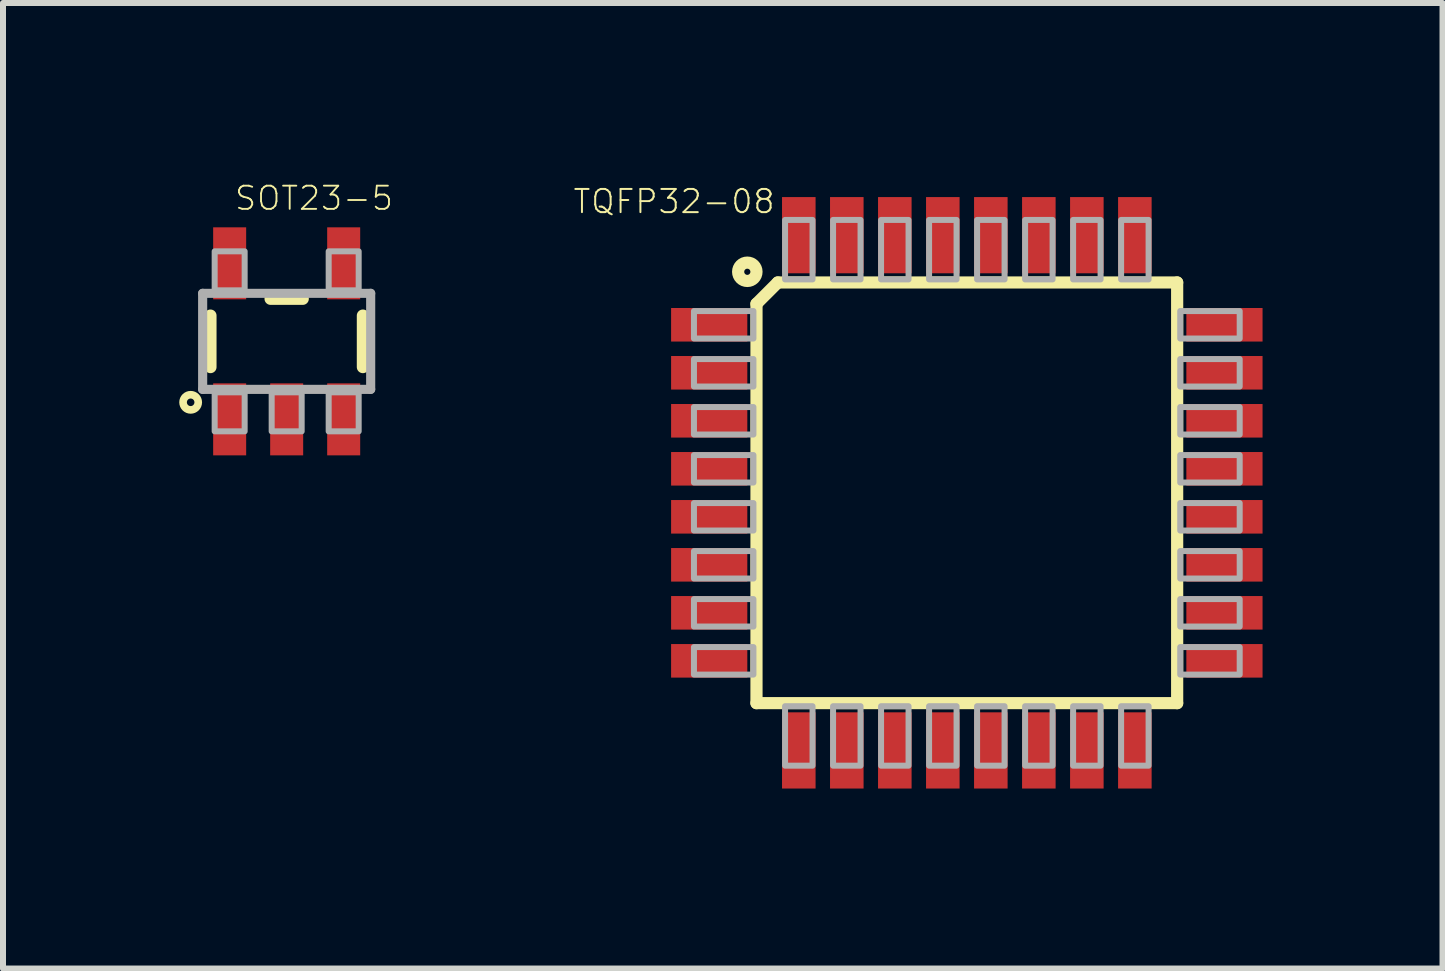
<source format=kicad_pcb>
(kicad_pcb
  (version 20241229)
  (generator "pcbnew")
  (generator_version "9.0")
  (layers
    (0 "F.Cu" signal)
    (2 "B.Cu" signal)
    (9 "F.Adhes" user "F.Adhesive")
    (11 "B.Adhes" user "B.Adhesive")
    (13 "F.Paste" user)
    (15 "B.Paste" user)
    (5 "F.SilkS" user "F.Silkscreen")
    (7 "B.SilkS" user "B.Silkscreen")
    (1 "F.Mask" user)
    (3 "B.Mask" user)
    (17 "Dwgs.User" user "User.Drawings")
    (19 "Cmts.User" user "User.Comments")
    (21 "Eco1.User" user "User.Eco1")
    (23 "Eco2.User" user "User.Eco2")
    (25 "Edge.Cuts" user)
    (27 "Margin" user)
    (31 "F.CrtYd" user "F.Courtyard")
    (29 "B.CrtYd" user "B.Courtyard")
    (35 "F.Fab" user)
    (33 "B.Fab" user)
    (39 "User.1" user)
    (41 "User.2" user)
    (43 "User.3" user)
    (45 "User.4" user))
  (footprint "TQFP32-08"
    (layer "F.Cu")
    (at 13.061 5.162)
    (property "Reference" "TQFP32-08" (at -3.175 -5.08 0) (layer "F.SilkS") (effects (font (size 0.386 0.386) (thickness 0.033)) (justify right top)))
    (attr through_hole)
    (fp_line (start -3.505 3.505) (end -3.505 -3.15) (stroke (width 0.203) (type solid)) (layer "F.SilkS"))
    (fp_line (start -3.15 -3.505) (end -3.505 -3.15) (stroke (width 0.203) (type solid)) (layer "F.SilkS"))
    (fp_line (start -3.15 -3.505) (end 3.505 -3.505) (stroke (width 0.203) (type solid)) (layer "F.SilkS"))
    (fp_line (start 3.505 -3.505) (end 3.505 3.505) (stroke (width 0.203) (type solid)) (layer "F.SilkS"))
    (fp_line (start 3.505 3.505) (end -3.505 3.505) (stroke (width 0.203) (type solid)) (layer "F.SilkS"))
    (fp_circle (center -3.658 -3.683) (end -3.505 -3.683) (stroke (width 0.203) (type solid)) (fill no) (layer "F.SilkS"))
    (fp_poly (pts (xy -4.547 -2.571) (xy -3.556 -2.571) (xy -3.556 -3.029) (xy -4.547 -3.029)) (stroke (width 0.1) (type solid)) (fill no) (layer "F.Fab"))
    (fp_poly (pts (xy -4.547 -1.771) (xy -3.556 -1.771) (xy -3.556 -2.229) (xy -4.547 -2.229)) (stroke (width 0.1) (type solid)) (fill no) (layer "F.Fab"))
    (fp_poly (pts (xy -4.547 -0.971) (xy -3.556 -0.971) (xy -3.556 -1.429) (xy -4.547 -1.429)) (stroke (width 0.1) (type solid)) (fill no) (layer "F.Fab"))
    (fp_poly (pts (xy -4.547 -0.171) (xy -3.556 -0.171) (xy -3.556 -0.629) (xy -4.547 -0.629)) (stroke (width 0.1) (type solid)) (fill no) (layer "F.Fab"))
    (fp_poly (pts (xy -4.547 0.629) (xy -3.556 0.629) (xy -3.556 0.171) (xy -4.547 0.171)) (stroke (width 0.1) (type solid)) (fill no) (layer "F.Fab"))
    (fp_poly (pts (xy -4.547 1.429) (xy -3.556 1.429) (xy -3.556 0.971) (xy -4.547 0.971)) (stroke (width 0.1) (type solid)) (fill no) (layer "F.Fab"))
    (fp_poly (pts (xy -4.547 2.229) (xy -3.556 2.229) (xy -3.556 1.771) (xy -4.547 1.771)) (stroke (width 0.1) (type solid)) (fill no) (layer "F.Fab"))
    (fp_poly (pts (xy -4.547 3.029) (xy -3.556 3.029) (xy -3.556 2.571) (xy -4.547 2.571)) (stroke (width 0.1) (type solid)) (fill no) (layer "F.Fab"))
    (fp_poly (pts (xy -3.029 -3.556) (xy -2.571 -3.556) (xy -2.571 -4.547) (xy -3.029 -4.547)) (stroke (width 0.1) (type solid)) (fill no) (layer "F.Fab"))
    (fp_poly (pts (xy -3.029 4.547) (xy -2.571 4.547) (xy -2.571 3.556) (xy -3.029 3.556)) (stroke (width 0.1) (type solid)) (fill no) (layer "F.Fab"))
    (fp_poly (pts (xy -2.229 -3.556) (xy -1.771 -3.556) (xy -1.771 -4.547) (xy -2.229 -4.547)) (stroke (width 0.1) (type solid)) (fill no) (layer "F.Fab"))
    (fp_poly (pts (xy -2.229 4.547) (xy -1.771 4.547) (xy -1.771 3.556) (xy -2.229 3.556)) (stroke (width 0.1) (type solid)) (fill no) (layer "F.Fab"))
    (fp_poly (pts (xy -1.429 -3.556) (xy -0.971 -3.556) (xy -0.971 -4.547) (xy -1.429 -4.547)) (stroke (width 0.1) (type solid)) (fill no) (layer "F.Fab"))
    (fp_poly (pts (xy -1.429 4.547) (xy -0.971 4.547) (xy -0.971 3.556) (xy -1.429 3.556)) (stroke (width 0.1) (type solid)) (fill no) (layer "F.Fab"))
    (fp_poly (pts (xy -0.629 -3.556) (xy -0.171 -3.556) (xy -0.171 -4.547) (xy -0.629 -4.547)) (stroke (width 0.1) (type solid)) (fill no) (layer "F.Fab"))
    (fp_poly (pts (xy -0.629 4.547) (xy -0.171 4.547) (xy -0.171 3.556) (xy -0.629 3.556)) (stroke (width 0.1) (type solid)) (fill no) (layer "F.Fab"))
    (fp_poly (pts (xy 0.171 -3.556) (xy 0.629 -3.556) (xy 0.629 -4.547) (xy 0.171 -4.547)) (stroke (width 0.1) (type solid)) (fill no) (layer "F.Fab"))
    (fp_poly (pts (xy 0.171 4.547) (xy 0.629 4.547) (xy 0.629 3.556) (xy 0.171 3.556)) (stroke (width 0.1) (type solid)) (fill no) (layer "F.Fab"))
    (fp_poly (pts (xy 0.971 -3.556) (xy 1.429 -3.556) (xy 1.429 -4.547) (xy 0.971 -4.547)) (stroke (width 0.1) (type solid)) (fill no) (layer "F.Fab"))
    (fp_poly (pts (xy 0.971 4.547) (xy 1.429 4.547) (xy 1.429 3.556) (xy 0.971 3.556)) (stroke (width 0.1) (type solid)) (fill no) (layer "F.Fab"))
    (fp_poly (pts (xy 1.771 -3.556) (xy 2.229 -3.556) (xy 2.229 -4.547) (xy 1.771 -4.547)) (stroke (width 0.1) (type solid)) (fill no) (layer "F.Fab"))
    (fp_poly (pts (xy 1.771 4.547) (xy 2.229 4.547) (xy 2.229 3.556) (xy 1.771 3.556)) (stroke (width 0.1) (type solid)) (fill no) (layer "F.Fab"))
    (fp_poly (pts (xy 2.571 -3.556) (xy 3.029 -3.556) (xy 3.029 -4.547) (xy 2.571 -4.547)) (stroke (width 0.1) (type solid)) (fill no) (layer "F.Fab"))
    (fp_poly (pts (xy 2.571 4.547) (xy 3.029 4.547) (xy 3.029 3.556) (xy 2.571 3.556)) (stroke (width 0.1) (type solid)) (fill no) (layer "F.Fab"))
    (fp_poly (pts (xy 3.556 -2.571) (xy 4.547 -2.571) (xy 4.547 -3.029) (xy 3.556 -3.029)) (stroke (width 0.1) (type solid)) (fill no) (layer "F.Fab"))
    (fp_poly (pts (xy 3.556 -1.771) (xy 4.547 -1.771) (xy 4.547 -2.229) (xy 3.556 -2.229)) (stroke (width 0.1) (type solid)) (fill no) (layer "F.Fab"))
    (fp_poly (pts (xy 3.556 -0.971) (xy 4.547 -0.971) (xy 4.547 -1.429) (xy 3.556 -1.429)) (stroke (width 0.1) (type solid)) (fill no) (layer "F.Fab"))
    (fp_poly (pts (xy 3.556 -0.171) (xy 4.547 -0.171) (xy 4.547 -0.629) (xy 3.556 -0.629)) (stroke (width 0.1) (type solid)) (fill no) (layer "F.Fab"))
    (fp_poly (pts (xy 3.556 0.629) (xy 4.547 0.629) (xy 4.547 0.171) (xy 3.556 0.171)) (stroke (width 0.1) (type solid)) (fill no) (layer "F.Fab"))
    (fp_poly (pts (xy 3.556 1.429) (xy 4.547 1.429) (xy 4.547 0.971) (xy 3.556 0.971)) (stroke (width 0.1) (type solid)) (fill no) (layer "F.Fab"))
    (fp_poly (pts (xy 3.556 2.229) (xy 4.547 2.229) (xy 4.547 1.771) (xy 3.556 1.771)) (stroke (width 0.1) (type solid)) (fill no) (layer "F.Fab"))
    (fp_poly (pts (xy 3.556 3.029) (xy 4.547 3.029) (xy 4.547 2.571) (xy 3.556 2.571)) (stroke (width 0.1) (type solid)) (fill no) (layer "F.Fab"))
    (pad "1" smd rect (at -4.293 -2.8) (size 1.27 0.559) (layers "F.Cu" "F.Mask" "F.Paste"))
    (pad "2" smd rect (at -4.293 -2) (size 1.27 0.559) (layers "F.Cu" "F.Mask" "F.Paste"))
    (pad "3" smd rect (at -4.293 -1.2) (size 1.27 0.559) (layers "F.Cu" "F.Mask" "F.Paste"))
    (pad "4" smd rect (at -4.293 -0.4) (size 1.27 0.559) (layers "F.Cu" "F.Mask" "F.Paste"))
    (pad "5" smd rect (at -4.293 0.4) (size 1.27 0.559) (layers "F.Cu" "F.Mask" "F.Paste"))
    (pad "6" smd rect (at -4.293 1.2) (size 1.27 0.559) (layers "F.Cu" "F.Mask" "F.Paste"))
    (pad "7" smd rect (at -4.293 2) (size 1.27 0.559) (layers "F.Cu" "F.Mask" "F.Paste"))
    (pad "8" smd rect (at -4.293 2.8) (size 1.27 0.559) (layers "F.Cu" "F.Mask" "F.Paste"))
    (pad "9" smd rect (at -2.8 4.293) (size 0.559 1.27) (layers "F.Cu" "F.Mask" "F.Paste"))
    (pad "10" smd rect (at -2 4.293) (size 0.559 1.27) (layers "F.Cu" "F.Mask" "F.Paste"))
    (pad "11" smd rect (at -1.2 4.293) (size 0.559 1.27) (layers "F.Cu" "F.Mask" "F.Paste"))
    (pad "12" smd rect (at -0.4 4.293) (size 0.559 1.27) (layers "F.Cu" "F.Mask" "F.Paste"))
    (pad "13" smd rect (at 0.4 4.293) (size 0.559 1.27) (layers "F.Cu" "F.Mask" "F.Paste"))
    (pad "14" smd rect (at 1.2 4.293) (size 0.559 1.27) (layers "F.Cu" "F.Mask" "F.Paste"))
    (pad "15" smd rect (at 2 4.293) (size 0.559 1.27) (layers "F.Cu" "F.Mask" "F.Paste"))
    (pad "16" smd rect (at 2.8 4.293) (size 0.559 1.27) (layers "F.Cu" "F.Mask" "F.Paste"))
    (pad "17" smd rect (at 4.293 2.8) (size 1.27 0.559) (layers "F.Cu" "F.Mask" "F.Paste"))
    (pad "18" smd rect (at 4.293 2) (size 1.27 0.559) (layers "F.Cu" "F.Mask" "F.Paste"))
    (pad "19" smd rect (at 4.293 1.2) (size 1.27 0.559) (layers "F.Cu" "F.Mask" "F.Paste"))
    (pad "20" smd rect (at 4.293 0.4) (size 1.27 0.559) (layers "F.Cu" "F.Mask" "F.Paste"))
    (pad "21" smd rect (at 4.293 -0.4) (size 1.27 0.559) (layers "F.Cu" "F.Mask" "F.Paste"))
    (pad "22" smd rect (at 4.293 -1.2) (size 1.27 0.559) (layers "F.Cu" "F.Mask" "F.Paste"))
    (pad "23" smd rect (at 4.293 -2) (size 1.27 0.559) (layers "F.Cu" "F.Mask" "F.Paste"))
    (pad "24" smd rect (at 4.293 -2.8) (size 1.27 0.559) (layers "F.Cu" "F.Mask" "F.Paste"))
    (pad "25" smd rect (at 2.8 -4.293) (size 0.559 1.27) (layers "F.Cu" "F.Mask" "F.Paste"))
    (pad "26" smd rect (at 2 -4.293) (size 0.559 1.27) (layers "F.Cu" "F.Mask" "F.Paste"))
    (pad "27" smd rect (at 1.2 -4.293) (size 0.559 1.27) (layers "F.Cu" "F.Mask" "F.Paste"))
    (pad "28" smd rect (at 0.4 -4.293) (size 0.559 1.27) (layers "F.Cu" "F.Mask" "F.Paste"))
    (pad "29" smd rect (at -0.4 -4.293) (size 0.559 1.27) (layers "F.Cu" "F.Mask" "F.Paste"))
    (pad "30" smd rect (at -1.2 -4.293) (size 0.559 1.27) (layers "F.Cu" "F.Mask" "F.Paste"))
    (pad "31" smd rect (at -2 -4.293) (size 0.559 1.27) (layers "F.Cu" "F.Mask" "F.Paste"))
    (pad "32" smd rect (at -2.8 -4.293) (size 0.559 1.27) (layers "F.Cu" "F.Mask" "F.Paste")))
  (footprint "SOT23-5"
    (layer "F.Cu")
    (at 1.727 2.638)
    (property "Reference" "SOT23-5" (at -0.889 -2.159 180) (layer "F.SilkS") (effects (font (size 0.386 0.386) (thickness 0.031)) (justify left bottom)))
    (attr through_hole)
    (fp_line (start -1.27 0.429) (end -1.27 -0.429) (stroke (width 0.203) (type solid)) (layer "F.SilkS"))
    (fp_line (start -0.268 -0.709) (end 0.268 -0.709) (stroke (width 0.203) (type solid)) (layer "F.SilkS"))
    (fp_line (start 1.27 -0.429) (end 1.27 0.429) (stroke (width 0.203) (type solid)) (layer "F.SilkS"))
    (fp_circle (center -1.6 1.016) (end -1.537 1.016) (stroke (width 0.127) (type solid)) (fill no) (layer "F.SilkS"))
    (fp_line (start -1.4 -0.8) (end -1.4 0.8) (stroke (width 0.152) (type solid)) (layer "F.Fab"))
    (fp_line (start -1.4 -0.8) (end 1.4 -0.8) (stroke (width 0.152) (type solid)) (layer "F.Fab"))
    (fp_line (start 1.4 -0.8) (end 1.4 0.8) (stroke (width 0.152) (type solid)) (layer "F.Fab"))
    (fp_line (start 1.4 0.8) (end -1.4 0.8) (stroke (width 0.152) (type solid)) (layer "F.Fab"))
    (fp_poly (pts (xy -1.2 -0.85) (xy -0.7 -0.85) (xy -0.7 -1.5) (xy -1.2 -1.5)) (stroke (width 0.1) (type solid)) (fill no) (layer "F.Fab"))
    (fp_poly (pts (xy -1.2 1.5) (xy -0.7 1.5) (xy -0.7 0.85) (xy -1.2 0.85)) (stroke (width 0.1) (type solid)) (fill no) (layer "F.Fab"))
    (fp_poly (pts (xy -0.25 1.5) (xy 0.25 1.5) (xy 0.25 0.85) (xy -0.25 0.85)) (stroke (width 0.1) (type solid)) (fill no) (layer "F.Fab"))
    (fp_poly (pts (xy 0.7 -0.85) (xy 1.2 -0.85) (xy 1.2 -1.5) (xy 0.7 -1.5)) (stroke (width 0.1) (type solid)) (fill no) (layer "F.Fab"))
    (fp_poly (pts (xy 0.7 1.5) (xy 1.2 1.5) (xy 1.2 0.85) (xy 0.7 0.85)) (stroke (width 0.1) (type solid)) (fill no) (layer "F.Fab"))
    (pad "1" smd rect (at -0.95 1.3) (size 0.55 1.2) (layers "F.Cu" "F.Mask" "F.Paste"))
    (pad "2" smd rect (at 0 1.3) (size 0.55 1.2) (layers "F.Cu" "F.Mask" "F.Paste"))
    (pad "3" smd rect (at 0.95 1.3) (size 0.55 1.2) (layers "F.Cu" "F.Mask" "F.Paste"))
    (pad "4" smd rect (at 0.95 -1.3) (size 0.55 1.2) (layers "F.Cu" "F.Mask" "F.Paste"))
    (pad "5" smd rect (at -0.95 -1.3) (size 0.55 1.2) (layers "F.Cu" "F.Mask" "F.Paste")))
  (gr_rect
    (start -3 -3)
    (end 20.988 13.09)
    (stroke (width 0.1) (type default))
    (fill no)
    (layer "Edge.Cuts")))
</source>
